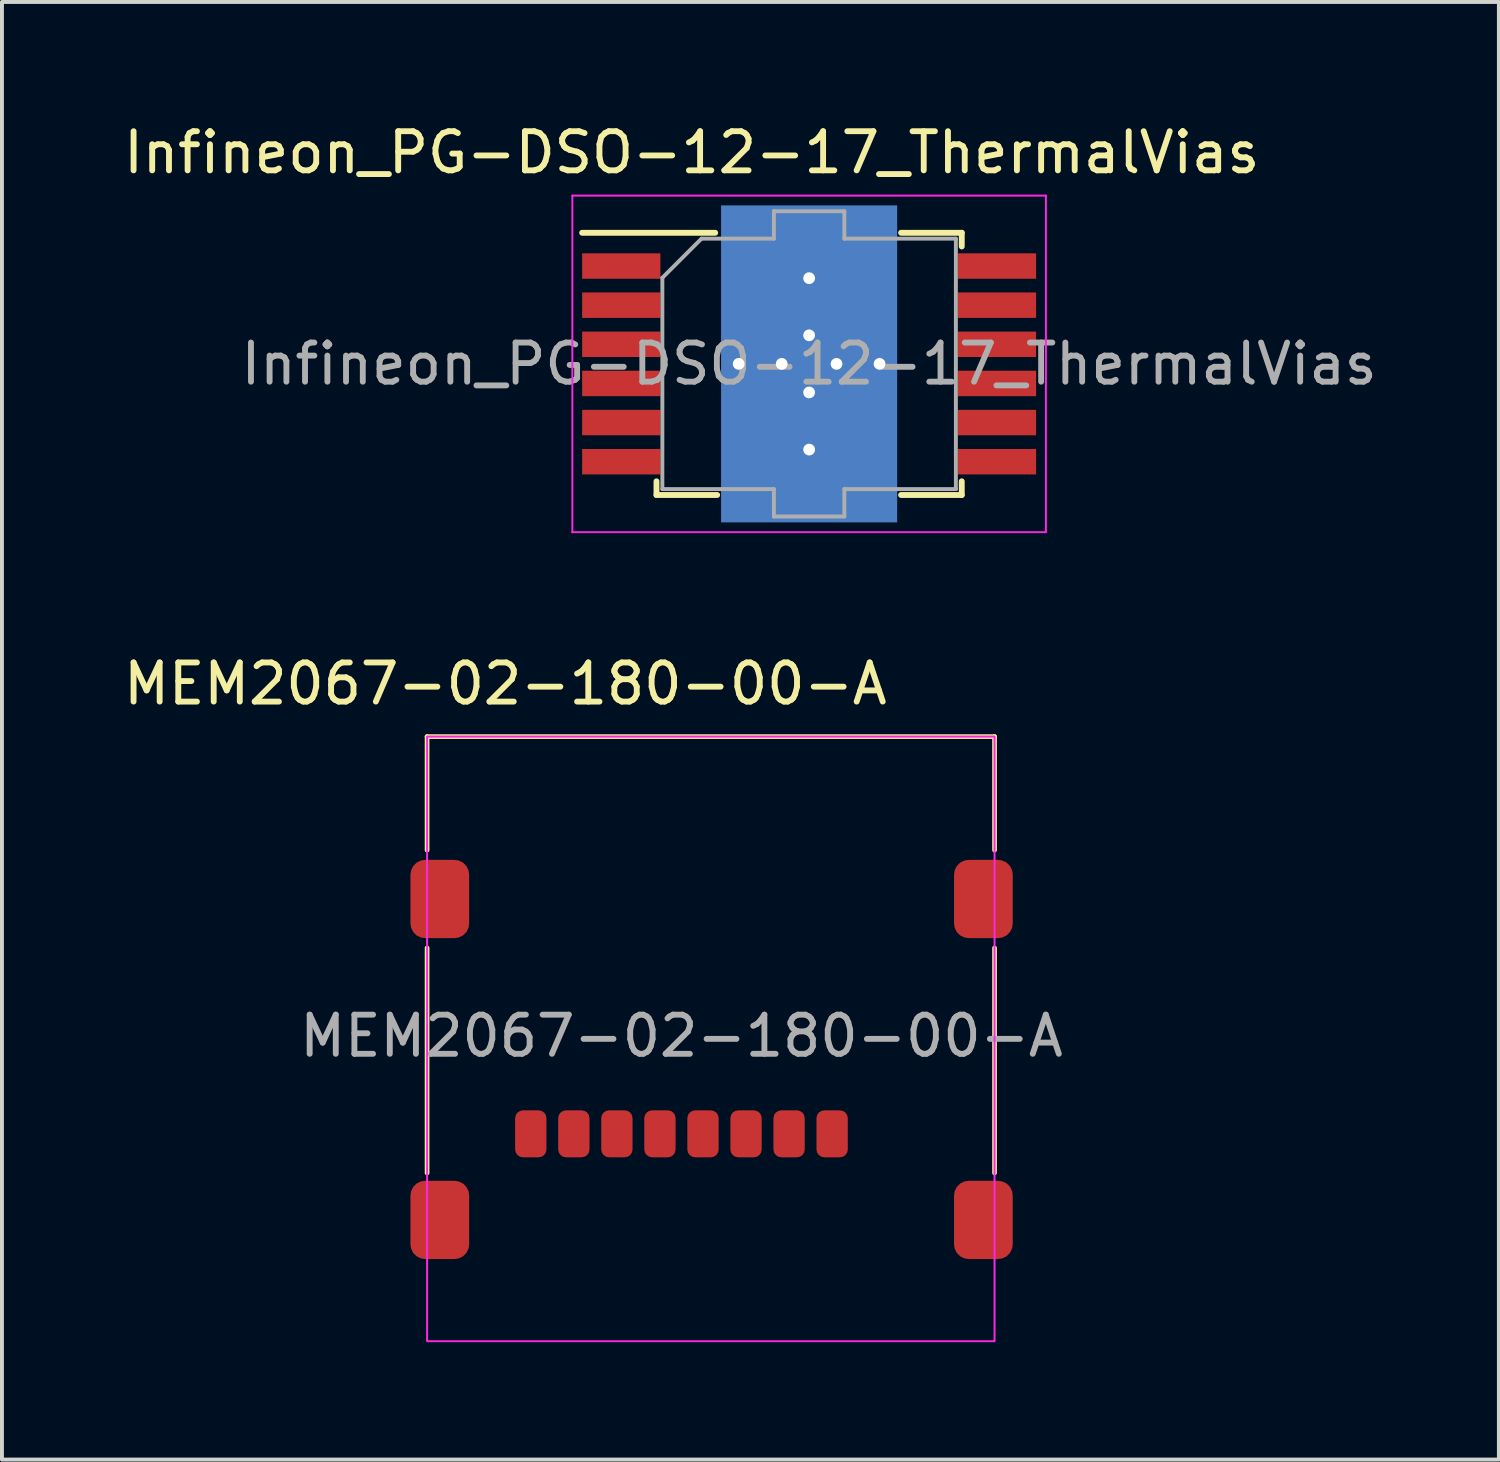
<source format=kicad_pcb>
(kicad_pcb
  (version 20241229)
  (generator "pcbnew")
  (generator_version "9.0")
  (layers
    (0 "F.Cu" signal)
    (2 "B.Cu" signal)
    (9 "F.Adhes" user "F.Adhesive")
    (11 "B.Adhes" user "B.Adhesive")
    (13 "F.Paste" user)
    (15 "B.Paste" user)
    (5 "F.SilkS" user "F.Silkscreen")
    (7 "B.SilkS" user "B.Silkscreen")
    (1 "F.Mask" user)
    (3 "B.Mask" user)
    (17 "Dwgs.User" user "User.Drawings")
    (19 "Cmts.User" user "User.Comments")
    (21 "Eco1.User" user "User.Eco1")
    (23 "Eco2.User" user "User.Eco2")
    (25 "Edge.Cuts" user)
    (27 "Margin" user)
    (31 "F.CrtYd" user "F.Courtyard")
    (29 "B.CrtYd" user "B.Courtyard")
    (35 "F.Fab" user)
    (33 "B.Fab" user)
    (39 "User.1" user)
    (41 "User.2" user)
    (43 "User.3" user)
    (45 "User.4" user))
  (footprint "Infineon_PG-DSO-12-17_ThermalVias"
    (layer "F.Cu")
    (at 17.625 6.248)
    (property "Reference" "Infineon_PG-DSO-12-17_ThermalVias" (at -3 -5.4 0) (layer "F.SilkS") (effects (font (size 1 1) (thickness 0.15))))
    (attr smd)
    (fp_line (start -5.8 -3.35) (end -2.4 -3.35) (stroke (width 0.15) (type solid)) (layer "F.SilkS"))
    (fp_line (start -3.9 3) (end -3.9 3.35) (stroke (width 0.15) (type solid)) (layer "F.SilkS"))
    (fp_line (start -3.9 3.35) (end -2.35 3.35) (stroke (width 0.15) (type solid)) (layer "F.SilkS"))
    (fp_line (start 3.9 -3.35) (end 2.35 -3.35) (stroke (width 0.15) (type solid)) (layer "F.SilkS"))
    (fp_line (start 3.9 -3) (end 3.9 -3.35) (stroke (width 0.15) (type solid)) (layer "F.SilkS"))
    (fp_line (start 3.9 3) (end 3.9 3.35) (stroke (width 0.15) (type solid)) (layer "F.SilkS"))
    (fp_line (start 3.9 3.35) (end 2.35 3.35) (stroke (width 0.15) (type solid)) (layer "F.SilkS"))
    (fp_line (start -6.05 -4.3) (end 6.05 -4.3) (stroke (width 0.05) (type solid)) (layer "F.CrtYd"))
    (fp_line (start -6.05 4.3) (end -6.05 -4.3) (stroke (width 0.05) (type solid)) (layer "F.CrtYd"))
    (fp_line (start 6.05 -4.3) (end 6.05 4.3) (stroke (width 0.05) (type solid)) (layer "F.CrtYd"))
    (fp_line (start 6.05 4.3) (end -6.05 4.3) (stroke (width 0.05) (type solid)) (layer "F.CrtYd"))
    (fp_line (start -3.75 3.2) (end -3.75 -2.2) (stroke (width 0.1) (type solid)) (layer "F.Fab"))
    (fp_line (start -2.75 -3.2) (end -3.75 -2.2) (stroke (width 0.1) (type solid)) (layer "F.Fab"))
    (fp_line (start -2.75 -3.2) (end -0.9 -3.2) (stroke (width 0.1) (type solid)) (layer "F.Fab"))
    (fp_line (start -0.9 -3.9) (end 0.9 -3.9) (stroke (width 0.1) (type solid)) (layer "F.Fab"))
    (fp_line (start -0.9 -3.2) (end -0.9 -3.9) (stroke (width 0.1) (type solid)) (layer "F.Fab"))
    (fp_line (start -0.9 3.2) (end -3.75 3.2) (stroke (width 0.1) (type solid)) (layer "F.Fab"))
    (fp_line (start -0.9 3.9) (end -0.9 3.2) (stroke (width 0.1) (type solid)) (layer "F.Fab"))
    (fp_line (start 0.9 -3.9) (end 0.9 -3.2) (stroke (width 0.1) (type solid)) (layer "F.Fab"))
    (fp_line (start 0.9 -3.2) (end 3.75 -3.2) (stroke (width 0.1) (type solid)) (layer "F.Fab"))
    (fp_line (start 0.9 3.2) (end 0.9 3.9) (stroke (width 0.1) (type solid)) (layer "F.Fab"))
    (fp_line (start 0.9 3.9) (end -0.9 3.9) (stroke (width 0.1) (type solid)) (layer "F.Fab"))
    (fp_line (start 3.75 -3.2) (end 3.75 3.2) (stroke (width 0.1) (type solid)) (layer "F.Fab"))
    (fp_line (start 3.75 3.2) (end 0.9 3.2) (stroke (width 0.1) (type solid)) (layer "F.Fab"))
    (fp_text user "${REFERENCE}" (at 0 0 0) (layer "F.Fab") (effects (font (size 1 1) (thickness 0.15))))
    (pad "" smd rect (at -1.2 -1.35 90) (size 2.25 1.9) (layers "F.Paste"))
    (pad "" smd rect (at -1.2 1.35 90) (size 2.25 1.9) (layers "F.Paste"))
    (pad "" smd rect (at 0 -3.25 180) (size 1.6 0.95) (layers "F.Paste"))
    (pad "" smd rect (at 0 3.2 180) (size 1.6 0.95) (layers "F.Paste"))
    (pad "" smd rect (at 1.2 -1.35 90) (size 2.25 1.9) (layers "F.Paste"))
    (pad "" smd rect (at 1.2 1.35 90) (size 2.25 1.9) (layers "F.Paste"))
    (pad "1" smd rect (at -4.8 -2.5) (size 2 0.65) (layers "F.Cu" "F.Mask" "F.Paste"))
    (pad "2" smd rect (at -4.8 -1.5) (size 2 0.65) (layers "F.Cu" "F.Mask" "F.Paste"))
    (pad "3" smd rect (at -4.8 -0.5) (size 2 0.65) (layers "F.Cu" "F.Mask" "F.Paste"))
    (pad "4" smd rect (at -4.8 0.5) (size 2 0.65) (layers "F.Cu" "F.Mask" "F.Paste"))
    (pad "5" smd rect (at -4.8 1.5) (size 2 0.65) (layers "F.Cu" "F.Mask" "F.Paste"))
    (pad "6" smd rect (at -4.8 2.5) (size 2 0.65) (layers "F.Cu" "F.Mask" "F.Paste"))
    (pad "7" smd rect (at 4.8 2.5) (size 2 0.65) (layers "F.Cu" "F.Mask" "F.Paste"))
    (pad "8" smd rect (at 4.8 1.5) (size 2 0.65) (layers "F.Cu" "F.Mask" "F.Paste"))
    (pad "9" smd rect (at 4.8 0.5) (size 2 0.65) (layers "F.Cu" "F.Mask" "F.Paste"))
    (pad "10" smd rect (at 4.8 -0.5) (size 2 0.65) (layers "F.Cu" "F.Mask" "F.Paste"))
    (pad "11" smd rect (at 4.8 -1.5) (size 2 0.65) (layers "F.Cu" "F.Mask" "F.Paste"))
    (pad "12" smd rect (at 4.8 -2.5) (size 2 0.65) (layers "F.Cu" "F.Mask" "F.Paste"))
    (pad "13" thru_hole circle (at -1.8 0) (size 0.8 0.8) (drill 0.3) (layers "*.Cu"))
    (pad "13" thru_hole circle (at -0.7 0) (size 0.8 0.8) (drill 0.3) (layers "*.Cu"))
    (pad "13" smd rect (at 0 -3.225 180) (size 1.8 1.35) (layers "F.Cu" "F.Mask"))
    (pad "13" thru_hole circle (at 0 -2.19) (size 0.8 0.8) (drill 0.3) (layers "*.Cu"))
    (pad "13" thru_hole circle (at 0 -0.73) (size 0.8 0.8) (drill 0.3) (layers "*.Cu"))
    (pad "13" smd rect (at 0 0) (size 4.4 5.1) (layers "F.Cu" "F.Mask"))
    (pad "13" smd rect (at 0 0) (size 4.5 8.1) (layers "B.Cu"))
    (pad "13" thru_hole circle (at 0 0.73) (size 0.8 0.8) (drill 0.3) (layers "*.Cu"))
    (pad "13" thru_hole circle (at 0 2.19) (size 0.8 0.8) (drill 0.3) (layers "*.Cu"))
    (pad "13" smd rect (at 0 3.225 180) (size 1.8 1.35) (layers "F.Cu" "F.Mask"))
    (pad "13" thru_hole circle (at 0.7 0) (size 0.8 0.8) (drill 0.3) (layers "*.Cu"))
    (pad "13" thru_hole circle (at 1.8 0) (size 0.8 0.8) (drill 0.3) (layers "*.Cu")))
  (footprint "MEM2067-02-180-00-A"
    (layer "F.Cu")
    (at 14.363 25.922)
    (property "Reference" "MEM2067-02-180-00-A" (at -4.5 -11.5 0) (unlocked yes) (layer "F.SilkS") (effects (font (size 1 1) (thickness 0.15))))
    (attr smd)
    (fp_line (start -6.5 -10.15) (end 8 -10.15) (stroke (width 0.12) (type default)) (layer "F.SilkS"))
    (fp_line (start -6.5 -7.25) (end -6.5 -10.15) (stroke (width 0.12) (type default)) (layer "F.SilkS"))
    (fp_line (start -6.5 -4.75) (end -6.5 1) (stroke (width 0.12) (type default)) (layer "F.SilkS"))
    (fp_line (start 8 -10.15) (end 8 -7.25) (stroke (width 0.12) (type default)) (layer "F.SilkS"))
    (fp_line (start 8 -4.75) (end 8 1) (stroke (width 0.12) (type default)) (layer "F.SilkS"))
    (fp_rect (start -6.5 -10.15) (end 8 5.3) (stroke (width 0.05) (type default)) (fill no) (layer "F.CrtYd"))
    (fp_text user "${REFERENCE}" (at 0 -2.5 0) (unlocked yes) (layer "F.Fab") (effects (font (size 1 1) (thickness 0.15))))
    (pad "1" smd roundrect (at 3.85 0 90) (size 1.2 0.8) (layers "F.Cu" "F.Mask" "F.Paste") (roundrect_rratio 0.25))
    (pad "2" smd roundrect (at 2.75 0 90) (size 1.2 0.8) (layers "F.Cu" "F.Mask" "F.Paste") (roundrect_rratio 0.25))
    (pad "3" smd roundrect (at 1.65 0 90) (size 1.2 0.8) (layers "F.Cu" "F.Mask" "F.Paste") (roundrect_rratio 0.25))
    (pad "4" smd roundrect (at 0.55 0 90) (size 1.2 0.8) (layers "F.Cu" "F.Mask" "F.Paste") (roundrect_rratio 0.25))
    (pad "5" smd roundrect (at -0.55 0 90) (size 1.2 0.8) (layers "F.Cu" "F.Mask" "F.Paste") (roundrect_rratio 0.25))
    (pad "6" smd roundrect (at -1.65 0 90) (size 1.2 0.8) (layers "F.Cu" "F.Mask" "F.Paste") (roundrect_rratio 0.25))
    (pad "7" smd roundrect (at -2.75 0 90) (size 1.2 0.8) (layers "F.Cu" "F.Mask" "F.Paste") (roundrect_rratio 0.25))
    (pad "8" smd roundrect (at -3.85 0 90) (size 1.2 0.8) (layers "F.Cu" "F.Mask" "F.Paste") (roundrect_rratio 0.25))
    (pad "TAB_1" smd roundrect (at -6.175 -6 90) (size 2 1.5) (layers "F.Cu" "F.Mask" "F.Paste") (roundrect_rratio 0.25))
    (pad "TAB_2" smd roundrect (at -6.175 2.2 90) (size 2 1.5) (layers "F.Cu" "F.Mask" "F.Paste") (roundrect_rratio 0.25))
    (pad "TAB_3" smd roundrect (at 7.715 2.2 90) (size 2 1.5) (layers "F.Cu" "F.Mask" "F.Paste") (roundrect_rratio 0.25))
    (pad "TAB_4" smd roundrect (at 7.715 -6 90) (size 2 1.5) (layers "F.Cu" "F.Mask" "F.Paste") (roundrect_rratio 0.25))
    (zone (net_name "") (layer "F.Cu") (hatch edge 0.5) (connect_pads) (min_thickness 0.25) (filled_areas_thickness no) (keepout (tracks not_allowed) (vias not_allowed) (pads not_allowed) (copperpour not_allowed) (footprints allowed)) (placement (enabled no)) (fill) (polygon (pts (xy 9.863 17.471) (xy 9.863 20.271) (xy 18.863 20.271) (xy 18.863 17.471)))))
  (gr_rect
    (start -3 -3)
    (end 35.25 34.246)
    (stroke (width 0.1) (type default))
    (fill no)
    (layer "Edge.Cuts")))
</source>
